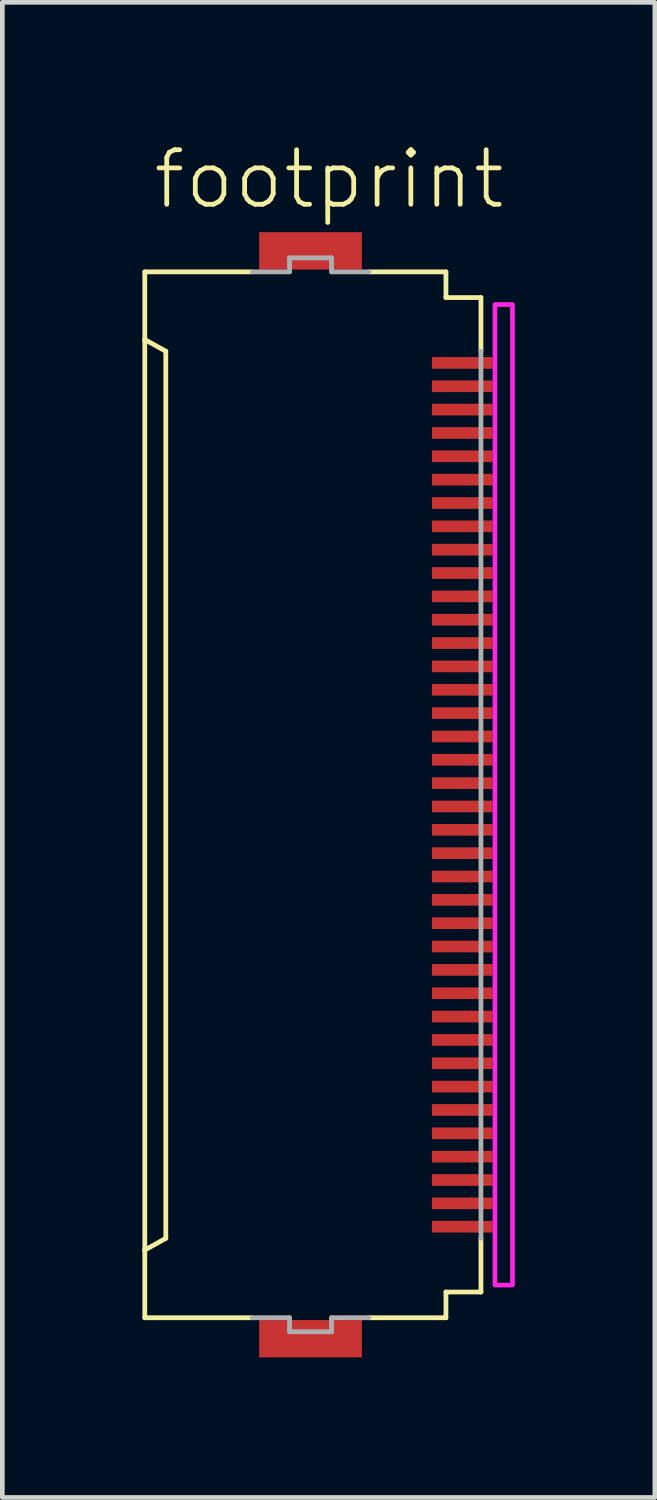
<source format=kicad_pcb>
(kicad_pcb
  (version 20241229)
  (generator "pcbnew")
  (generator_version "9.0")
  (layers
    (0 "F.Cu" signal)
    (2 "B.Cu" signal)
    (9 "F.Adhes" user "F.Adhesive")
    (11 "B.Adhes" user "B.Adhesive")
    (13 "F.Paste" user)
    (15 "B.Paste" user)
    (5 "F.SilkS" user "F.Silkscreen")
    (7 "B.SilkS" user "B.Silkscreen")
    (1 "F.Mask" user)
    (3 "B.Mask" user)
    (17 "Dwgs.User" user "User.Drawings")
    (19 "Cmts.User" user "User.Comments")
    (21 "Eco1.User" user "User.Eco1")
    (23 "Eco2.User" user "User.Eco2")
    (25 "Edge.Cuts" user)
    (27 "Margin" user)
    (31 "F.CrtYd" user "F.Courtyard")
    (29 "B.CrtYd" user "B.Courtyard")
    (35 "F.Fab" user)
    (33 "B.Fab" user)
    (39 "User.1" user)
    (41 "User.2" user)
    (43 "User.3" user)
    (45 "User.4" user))
  (footprint "footprint"
    (layer "F.Cu")
    (at 3.676 13.973)
    (property "Reference" "footprint" (at -3.5 -12.5 0) (layer "F.SilkS") (effects (font (size 1.168 1.168) (thickness 0.102)) (justify left bottom)))
    (fp_poly (pts (xy 2.475 -9.075) (xy 3.875 -9.075) (xy 3.875 -9.425) (xy 2.475 -9.425)) (stroke (width 0) (type solid)) (fill yes) (layer "F.Mask"))
    (fp_poly (pts (xy 2.475 -8.575) (xy 3.875 -8.575) (xy 3.875 -8.925) (xy 2.475 -8.925)) (stroke (width 0) (type solid)) (fill yes) (layer "F.Mask"))
    (fp_poly (pts (xy 2.475 -8.075) (xy 3.875 -8.075) (xy 3.875 -8.425) (xy 2.475 -8.425)) (stroke (width 0) (type solid)) (fill yes) (layer "F.Mask"))
    (fp_poly (pts (xy 2.475 -7.575) (xy 3.875 -7.575) (xy 3.875 -7.925) (xy 2.475 -7.925)) (stroke (width 0) (type solid)) (fill yes) (layer "F.Mask"))
    (fp_poly (pts (xy 2.475 -7.075) (xy 3.875 -7.075) (xy 3.875 -7.425) (xy 2.475 -7.425)) (stroke (width 0) (type solid)) (fill yes) (layer "F.Mask"))
    (fp_poly (pts (xy 2.475 -6.575) (xy 3.875 -6.575) (xy 3.875 -6.925) (xy 2.475 -6.925)) (stroke (width 0) (type solid)) (fill yes) (layer "F.Mask"))
    (fp_poly (pts (xy 2.475 -6.075) (xy 3.875 -6.075) (xy 3.875 -6.425) (xy 2.475 -6.425)) (stroke (width 0) (type solid)) (fill yes) (layer "F.Mask"))
    (fp_poly (pts (xy 2.475 -5.575) (xy 3.875 -5.575) (xy 3.875 -5.925) (xy 2.475 -5.925)) (stroke (width 0) (type solid)) (fill yes) (layer "F.Mask"))
    (fp_poly (pts (xy 2.475 -5.075) (xy 3.875 -5.075) (xy 3.875 -5.425) (xy 2.475 -5.425)) (stroke (width 0) (type solid)) (fill yes) (layer "F.Mask"))
    (fp_poly (pts (xy 2.475 -4.575) (xy 3.875 -4.575) (xy 3.875 -4.925) (xy 2.475 -4.925)) (stroke (width 0) (type solid)) (fill yes) (layer "F.Mask"))
    (fp_poly (pts (xy 2.475 -4.075) (xy 3.875 -4.075) (xy 3.875 -4.425) (xy 2.475 -4.425)) (stroke (width 0) (type solid)) (fill yes) (layer "F.Mask"))
    (fp_poly (pts (xy 2.475 -3.575) (xy 3.875 -3.575) (xy 3.875 -3.925) (xy 2.475 -3.925)) (stroke (width 0) (type solid)) (fill yes) (layer "F.Mask"))
    (fp_poly (pts (xy 2.475 -3.075) (xy 3.875 -3.075) (xy 3.875 -3.425) (xy 2.475 -3.425)) (stroke (width 0) (type solid)) (fill yes) (layer "F.Mask"))
    (fp_poly (pts (xy 2.475 -2.575) (xy 3.875 -2.575) (xy 3.875 -2.925) (xy 2.475 -2.925)) (stroke (width 0) (type solid)) (fill yes) (layer "F.Mask"))
    (fp_poly (pts (xy 2.475 -2.075) (xy 3.875 -2.075) (xy 3.875 -2.425) (xy 2.475 -2.425)) (stroke (width 0) (type solid)) (fill yes) (layer "F.Mask"))
    (fp_poly (pts (xy 2.475 -1.575) (xy 3.875 -1.575) (xy 3.875 -1.925) (xy 2.475 -1.925)) (stroke (width 0) (type solid)) (fill yes) (layer "F.Mask"))
    (fp_poly (pts (xy 2.475 -1.075) (xy 3.875 -1.075) (xy 3.875 -1.425) (xy 2.475 -1.425)) (stroke (width 0) (type solid)) (fill yes) (layer "F.Mask"))
    (fp_poly (pts (xy 2.475 -0.575) (xy 3.875 -0.575) (xy 3.875 -0.925) (xy 2.475 -0.925)) (stroke (width 0) (type solid)) (fill yes) (layer "F.Mask"))
    (fp_poly (pts (xy 2.475 -0.075) (xy 3.875 -0.075) (xy 3.875 -0.425) (xy 2.475 -0.425)) (stroke (width 0) (type solid)) (fill yes) (layer "F.Mask"))
    (fp_poly (pts (xy 2.475 0.425) (xy 3.875 0.425) (xy 3.875 0.075) (xy 2.475 0.075)) (stroke (width 0) (type solid)) (fill yes) (layer "F.Mask"))
    (fp_poly (pts (xy 2.475 0.925) (xy 3.875 0.925) (xy 3.875 0.575) (xy 2.475 0.575)) (stroke (width 0) (type solid)) (fill yes) (layer "F.Mask"))
    (fp_poly (pts (xy 2.475 1.425) (xy 3.875 1.425) (xy 3.875 1.075) (xy 2.475 1.075)) (stroke (width 0) (type solid)) (fill yes) (layer "F.Mask"))
    (fp_poly (pts (xy 2.475 1.925) (xy 3.875 1.925) (xy 3.875 1.575) (xy 2.475 1.575)) (stroke (width 0) (type solid)) (fill yes) (layer "F.Mask"))
    (fp_poly (pts (xy 2.475 2.425) (xy 3.875 2.425) (xy 3.875 2.075) (xy 2.475 2.075)) (stroke (width 0) (type solid)) (fill yes) (layer "F.Mask"))
    (fp_poly (pts (xy 2.475 2.925) (xy 3.875 2.925) (xy 3.875 2.575) (xy 2.475 2.575)) (stroke (width 0) (type solid)) (fill yes) (layer "F.Mask"))
    (fp_poly (pts (xy 2.475 3.425) (xy 3.875 3.425) (xy 3.875 3.075) (xy 2.475 3.075)) (stroke (width 0) (type solid)) (fill yes) (layer "F.Mask"))
    (fp_poly (pts (xy 2.475 3.925) (xy 3.875 3.925) (xy 3.875 3.575) (xy 2.475 3.575)) (stroke (width 0) (type solid)) (fill yes) (layer "F.Mask"))
    (fp_poly (pts (xy 2.475 4.425) (xy 3.875 4.425) (xy 3.875 4.075) (xy 2.475 4.075)) (stroke (width 0) (type solid)) (fill yes) (layer "F.Mask"))
    (fp_poly (pts (xy 2.475 4.925) (xy 3.875 4.925) (xy 3.875 4.575) (xy 2.475 4.575)) (stroke (width 0) (type solid)) (fill yes) (layer "F.Mask"))
    (fp_poly (pts (xy 2.475 5.425) (xy 3.875 5.425) (xy 3.875 5.075) (xy 2.475 5.075)) (stroke (width 0) (type solid)) (fill yes) (layer "F.Mask"))
    (fp_poly (pts (xy 2.475 5.925) (xy 3.875 5.925) (xy 3.875 5.575) (xy 2.475 5.575)) (stroke (width 0) (type solid)) (fill yes) (layer "F.Mask"))
    (fp_poly (pts (xy 2.475 6.425) (xy 3.875 6.425) (xy 3.875 6.075) (xy 2.475 6.075)) (stroke (width 0) (type solid)) (fill yes) (layer "F.Mask"))
    (fp_poly (pts (xy 2.475 6.925) (xy 3.875 6.925) (xy 3.875 6.575) (xy 2.475 6.575)) (stroke (width 0) (type solid)) (fill yes) (layer "F.Mask"))
    (fp_poly (pts (xy 2.475 7.425) (xy 3.875 7.425) (xy 3.875 7.075) (xy 2.475 7.075)) (stroke (width 0) (type solid)) (fill yes) (layer "F.Mask"))
    (fp_poly (pts (xy 2.475 7.925) (xy 3.875 7.925) (xy 3.875 7.575) (xy 2.475 7.575)) (stroke (width 0) (type solid)) (fill yes) (layer "F.Mask"))
    (fp_poly (pts (xy 2.475 8.425) (xy 3.875 8.425) (xy 3.875 8.075) (xy 2.475 8.075)) (stroke (width 0) (type solid)) (fill yes) (layer "F.Mask"))
    (fp_poly (pts (xy 2.475 8.925) (xy 3.875 8.925) (xy 3.875 8.575) (xy 2.475 8.575)) (stroke (width 0) (type solid)) (fill yes) (layer "F.Mask"))
    (fp_poly (pts (xy 2.475 9.425) (xy 3.875 9.425) (xy 3.875 9.075) (xy 2.475 9.075)) (stroke (width 0) (type solid)) (fill yes) (layer "F.Mask"))
    (fp_line (start -3.625 -11.2) (end -1.325 -11.2) (stroke (width 0.102) (type solid)) (layer "F.SilkS"))
    (fp_line (start -3.625 -9.75) (end -3.625 -11.2) (stroke (width 0.102) (type solid)) (layer "F.SilkS"))
    (fp_line (start -3.625 -9.75) (end -3.625 9.75) (stroke (width 0.102) (type solid)) (layer "F.SilkS"))
    (fp_line (start -3.625 9.75) (end -3.175 9.5) (stroke (width 0.102) (type solid)) (layer "F.SilkS"))
    (fp_line (start -3.625 11.2) (end -3.625 9.75) (stroke (width 0.102) (type solid)) (layer "F.SilkS"))
    (fp_line (start -3.175 -9.5) (end -3.625 -9.75) (stroke (width 0.102) (type solid)) (layer "F.SilkS"))
    (fp_line (start -3.175 9.5) (end -3.175 -9.5) (stroke (width 0.102) (type solid)) (layer "F.SilkS"))
    (fp_line (start -1.325 11.2) (end -3.625 11.2) (stroke (width 0.102) (type solid)) (layer "F.SilkS"))
    (fp_line (start 1.175 -11.2) (end 2.825 -11.2) (stroke (width 0.102) (type solid)) (layer "F.SilkS"))
    (fp_line (start 1.175 11.2) (end 2.825 11.2) (stroke (width 0.102) (type solid)) (layer "F.SilkS"))
    (fp_line (start 2.825 -11.2) (end 2.825 -10.65) (stroke (width 0.102) (type solid)) (layer "F.SilkS"))
    (fp_line (start 2.825 -10.65) (end 3.575 -10.65) (stroke (width 0.102) (type solid)) (layer "F.SilkS"))
    (fp_line (start 2.825 10.65) (end 2.825 11.2) (stroke (width 0.102) (type solid)) (layer "F.SilkS"))
    (fp_line (start 2.825 10.65) (end 3.575 10.65) (stroke (width 0.102) (type solid)) (layer "F.SilkS"))
    (fp_line (start 3.575 -10.65) (end 3.575 -9.5) (stroke (width 0.102) (type solid)) (layer "F.SilkS"))
    (fp_line (start 3.575 9.5) (end 3.575 10.65) (stroke (width 0.102) (type solid)) (layer "F.SilkS"))
    (fp_poly (pts (xy 3.875 10.5) (xy 4.25 10.5) (xy 4.25 -10.5) (xy 3.875 -10.5)) (stroke (width 0.1) (type solid)) (fill no) (layer "F.CrtYd"))
    (fp_line (start -1.325 -11.2) (end -0.525 -11.2) (stroke (width 0.102) (type solid)) (layer "F.Fab"))
    (fp_line (start -0.525 -11.5) (end 0.375 -11.5) (stroke (width 0.102) (type solid)) (layer "F.Fab"))
    (fp_line (start -0.525 -11.2) (end -0.525 -11.5) (stroke (width 0.102) (type solid)) (layer "F.Fab"))
    (fp_line (start -0.525 11.2) (end -1.325 11.2) (stroke (width 0.102) (type solid)) (layer "F.Fab"))
    (fp_line (start -0.525 11.5) (end -0.525 11.2) (stroke (width 0.102) (type solid)) (layer "F.Fab"))
    (fp_line (start 0.375 -11.5) (end 0.375 -11.2) (stroke (width 0.102) (type solid)) (layer "F.Fab"))
    (fp_line (start 0.375 -11.2) (end 1.175 -11.2) (stroke (width 0.102) (type solid)) (layer "F.Fab"))
    (fp_line (start 0.375 11.2) (end 0.375 11.5) (stroke (width 0.102) (type solid)) (layer "F.Fab"))
    (fp_line (start 0.375 11.5) (end -0.525 11.5) (stroke (width 0.102) (type solid)) (layer "F.Fab"))
    (fp_line (start 1.175 11.2) (end 0.375 11.2) (stroke (width 0.102) (type solid)) (layer "F.Fab"))
    (fp_line (start 3.575 -9.5) (end 3.575 9.5) (stroke (width 0.102) (type solid)) (layer "F.Fab"))
    (pad "1" smd rect (at 3.175 -9.25) (size 1.3 0.25) (layers "F.Cu" "F.Paste"))
    (pad "2" smd rect (at 3.175 -8.75) (size 1.3 0.25) (layers "F.Cu" "F.Paste"))
    (pad "3" smd rect (at 3.175 -8.25) (size 1.3 0.25) (layers "F.Cu" "F.Paste"))
    (pad "4" smd rect (at 3.175 -7.75) (size 1.3 0.25) (layers "F.Cu" "F.Paste"))
    (pad "5" smd rect (at 3.175 -7.25) (size 1.3 0.25) (layers "F.Cu" "F.Paste"))
    (pad "6" smd rect (at 3.175 -6.75) (size 1.3 0.25) (layers "F.Cu" "F.Paste"))
    (pad "7" smd rect (at 3.175 -6.25) (size 1.3 0.25) (layers "F.Cu" "F.Paste"))
    (pad "8" smd rect (at 3.175 -5.75) (size 1.3 0.25) (layers "F.Cu" "F.Paste"))
    (pad "9" smd rect (at 3.175 -5.25) (size 1.3 0.25) (layers "F.Cu" "F.Paste"))
    (pad "10" smd rect (at 3.175 -4.75) (size 1.3 0.25) (layers "F.Cu" "F.Paste"))
    (pad "11" smd rect (at 3.175 -4.25) (size 1.3 0.25) (layers "F.Cu" "F.Paste"))
    (pad "12" smd rect (at 3.175 -3.75) (size 1.3 0.25) (layers "F.Cu" "F.Paste"))
    (pad "13" smd rect (at 3.175 -3.25) (size 1.3 0.25) (layers "F.Cu" "F.Paste"))
    (pad "14" smd rect (at 3.175 -2.75) (size 1.3 0.25) (layers "F.Cu" "F.Paste"))
    (pad "15" smd rect (at 3.175 -2.25) (size 1.3 0.25) (layers "F.Cu" "F.Paste"))
    (pad "16" smd rect (at 3.175 -1.75) (size 1.3 0.25) (layers "F.Cu" "F.Paste"))
    (pad "17" smd rect (at 3.175 -1.25) (size 1.3 0.25) (layers "F.Cu" "F.Paste"))
    (pad "18" smd rect (at 3.175 -0.75) (size 1.3 0.25) (layers "F.Cu" "F.Paste"))
    (pad "19" smd rect (at 3.175 -0.25) (size 1.3 0.25) (layers "F.Cu" "F.Paste"))
    (pad "20" smd rect (at 3.175 0.25) (size 1.3 0.25) (layers "F.Cu" "F.Paste"))
    (pad "21" smd rect (at 3.175 0.75) (size 1.3 0.25) (layers "F.Cu" "F.Paste"))
    (pad "22" smd rect (at 3.175 1.25) (size 1.3 0.25) (layers "F.Cu" "F.Paste"))
    (pad "23" smd rect (at 3.175 1.75) (size 1.3 0.25) (layers "F.Cu" "F.Paste"))
    (pad "24" smd rect (at 3.175 2.25) (size 1.3 0.25) (layers "F.Cu" "F.Paste"))
    (pad "25" smd rect (at 3.175 2.75) (size 1.3 0.25) (layers "F.Cu" "F.Paste"))
    (pad "26" smd rect (at 3.175 3.25) (size 1.3 0.25) (layers "F.Cu" "F.Paste"))
    (pad "27" smd rect (at 3.175 3.75) (size 1.3 0.25) (layers "F.Cu" "F.Paste"))
    (pad "28" smd rect (at 3.175 4.25) (size 1.3 0.25) (layers "F.Cu" "F.Paste"))
    (pad "29" smd rect (at 3.175 4.75) (size 1.3 0.25) (layers "F.Cu" "F.Paste"))
    (pad "30" smd rect (at 3.175 5.25) (size 1.3 0.25) (layers "F.Cu" "F.Paste"))
    (pad "31" smd rect (at 3.175 5.75) (size 1.3 0.25) (layers "F.Cu" "F.Paste"))
    (pad "32" smd rect (at 3.175 6.25) (size 1.3 0.25) (layers "F.Cu" "F.Paste"))
    (pad "33" smd rect (at 3.175 6.75) (size 1.3 0.25) (layers "F.Cu" "F.Paste"))
    (pad "34" smd rect (at 3.175 7.25) (size 1.3 0.25) (layers "F.Cu" "F.Paste"))
    (pad "35" smd rect (at 3.175 7.75) (size 1.3 0.25) (layers "F.Cu" "F.Paste"))
    (pad "36" smd rect (at 3.175 8.25) (size 1.3 0.25) (layers "F.Cu" "F.Paste"))
    (pad "37" smd rect (at 3.175 8.75) (size 1.3 0.25) (layers "F.Cu" "F.Paste"))
    (pad "38" smd rect (at 3.175 9.25) (size 1.3 0.25) (layers "F.Cu" "F.Paste"))
    (pad "M1" smd rect (at -0.075 -11.65) (size 2.2 0.8) (layers "F.Cu" "F.Mask" "F.Paste"))
    (pad "M2" smd rect (at -0.075 11.65) (size 2.2 0.8) (layers "F.Cu" "F.Mask" "F.Paste"))
    (zone (net_name "") (layers "F.Cu" "B.Cu") (hatch edge 0.508) (connect_pads) (min_thickness 0.254) (filled_areas_thickness no) (keepout (tracks allowed) (vias not_allowed) (pads allowed) (copperpour allowed) (footprints allowed)) (placement (enabled no)) (fill) (polygon (pts (xy 3.901 23.473) (xy 6.151 23.473) (xy 6.151 4.473) (xy 3.901 4.473)))))
  (gr_rect
    (start -3 -3)
    (end 10.976 29.023)
    (stroke (width 0.1) (type default))
    (fill no)
    (layer "Edge.Cuts")))
</source>
